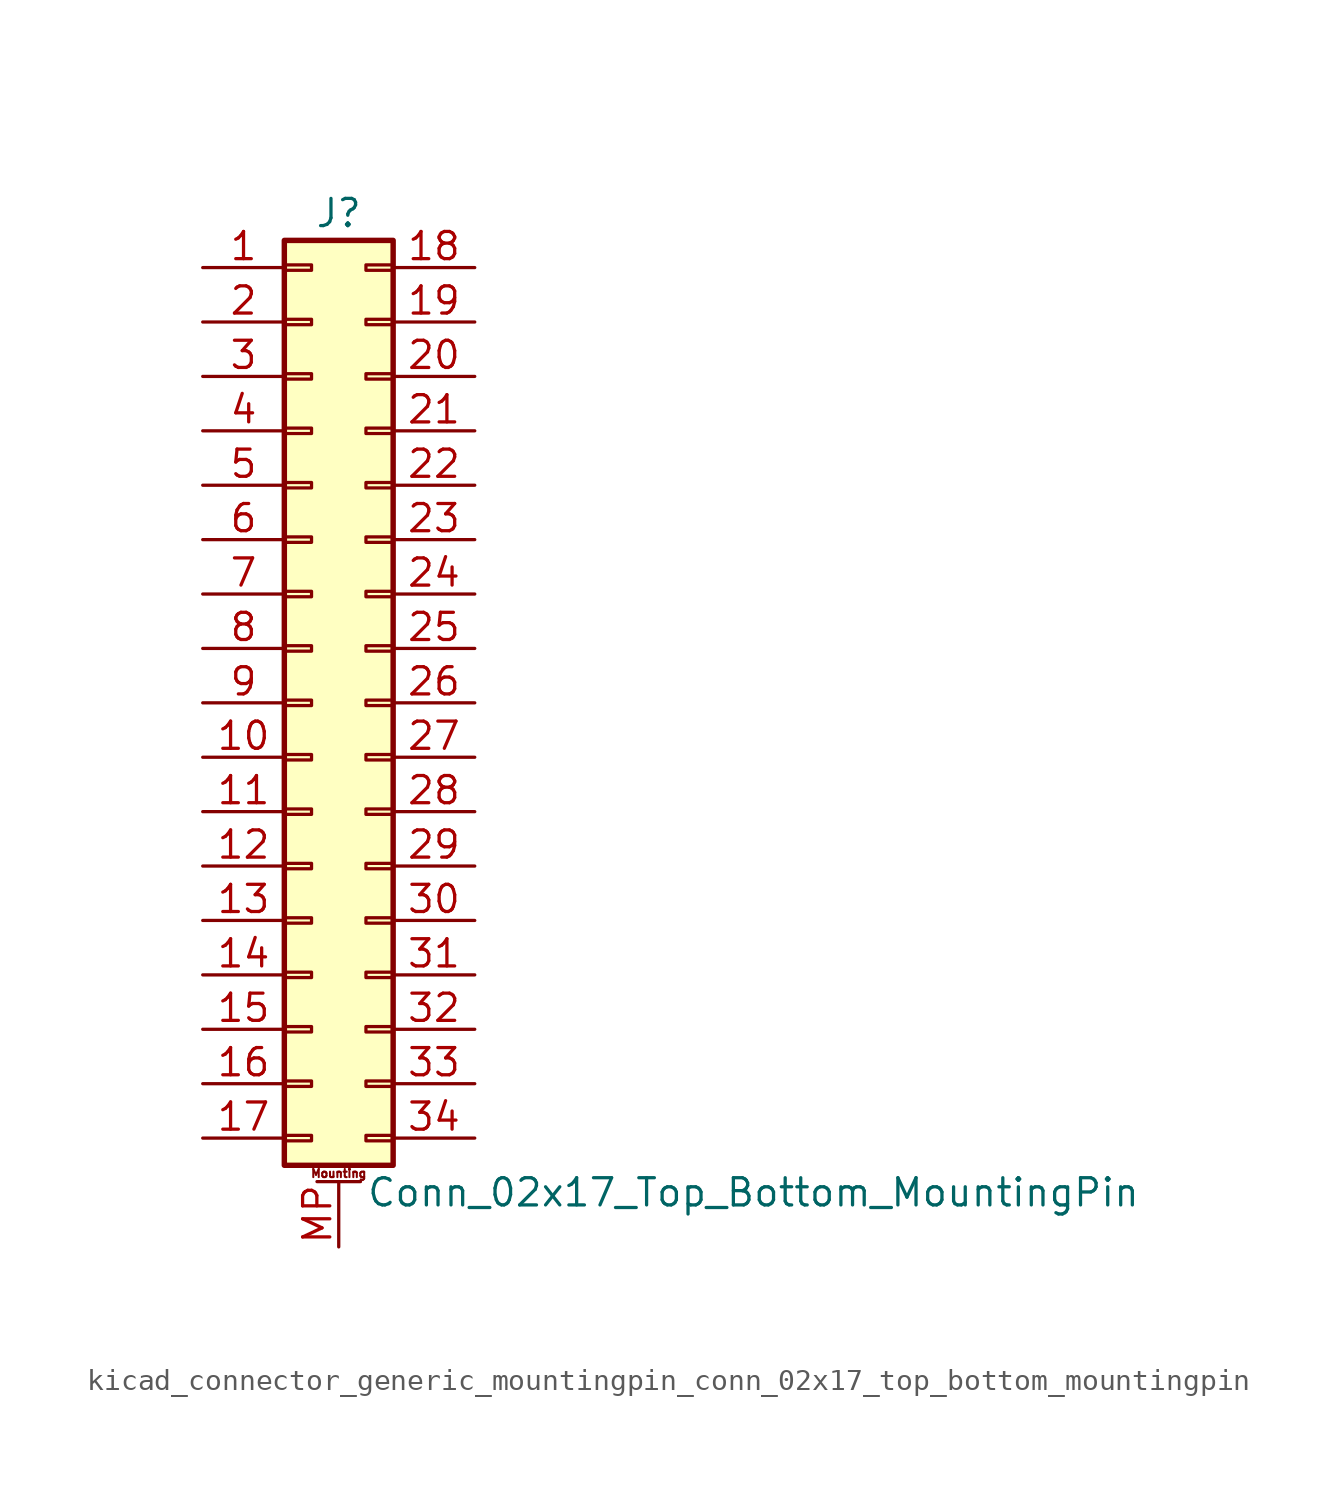
<source format=kicad_sym>
(kicad_symbol_lib
  (version 20220914)
  (generator kicad_symbol_editor)
  (symbol "kicad_connector_generic_mountingpin_conn_02x17_top_bottom_mountingpin"
    (pin_names
      (offset 1.016) hide)
    (property "Reference" "J"
      (at 1.27 22.86 0)
      (effects (font (size 1.27 1.27))))
    (property "Value" "Conn_02x17_Top_Bottom_MountingPin"
      (at 2.54 -22.86 0)
      (effects (font (size 1.27 1.27)) (justify left)))
    (symbol "kicad_connector_generic_mountingpin_conn_02x17_top_bottom_mountingpin_1_1"
      (rectangle (start -1.27 -20.193) (end 0 -20.447) (stroke (width 0.152) (type default)) (fill (type none)))
      (rectangle (start -1.27 -17.653) (end 0 -17.907) (stroke (width 0.152) (type default)) (fill (type none)))
      (rectangle (start -1.27 -15.113) (end 0 -15.367) (stroke (width 0.152) (type default)) (fill (type none)))
      (rectangle (start -1.27 -12.573) (end 0 -12.827) (stroke (width 0.152) (type default)) (fill (type none)))
      (rectangle (start -1.27 -10.033) (end 0 -10.287) (stroke (width 0.152) (type default)) (fill (type none)))
      (rectangle (start -1.27 -7.493) (end 0 -7.747) (stroke (width 0.152) (type default)) (fill (type none)))
      (rectangle (start -1.27 -4.953) (end 0 -5.207) (stroke (width 0.152) (type default)) (fill (type none)))
      (rectangle (start -1.27 -2.413) (end 0 -2.667) (stroke (width 0.152) (type default)) (fill (type none)))
      (rectangle (start -1.27 0.127) (end 0 -0.127) (stroke (width 0.152) (type default)) (fill (type none)))
      (rectangle (start -1.27 2.667) (end 0 2.413) (stroke (width 0.152) (type default)) (fill (type none)))
      (rectangle (start -1.27 5.207) (end 0 4.953) (stroke (width 0.152) (type default)) (fill (type none)))
      (rectangle (start -1.27 7.747) (end 0 7.493) (stroke (width 0.152) (type default)) (fill (type none)))
      (rectangle (start -1.27 10.287) (end 0 10.033) (stroke (width 0.152) (type default)) (fill (type none)))
      (rectangle (start -1.27 12.827) (end 0 12.573) (stroke (width 0.152) (type default)) (fill (type none)))
      (rectangle (start -1.27 15.367) (end 0 15.113) (stroke (width 0.152) (type default)) (fill (type none)))
      (rectangle (start -1.27 17.907) (end 0 17.653) (stroke (width 0.152) (type default)) (fill (type none)))
      (rectangle (start -1.27 20.447) (end 0 20.193) (stroke (width 0.152) (type default)) (fill (type none)))
      (rectangle (start -1.27 21.59) (end 3.81 -21.59) (stroke (width 0.254) (type default)) (fill (type background)))
      (polyline (pts (xy 0.254 -22.352) (xy 2.286 -22.352)) (stroke (width 0.152) (type default)) (fill (type none)))
      (rectangle (start 3.81 -20.193) (end 2.54 -20.447) (stroke (width 0.152) (type default)) (fill (type none)))
      (rectangle (start 3.81 -17.653) (end 2.54 -17.907) (stroke (width 0.152) (type default)) (fill (type none)))
      (rectangle (start 3.81 -15.113) (end 2.54 -15.367) (stroke (width 0.152) (type default)) (fill (type none)))
      (rectangle (start 3.81 -12.573) (end 2.54 -12.827) (stroke (width 0.152) (type default)) (fill (type none)))
      (rectangle (start 3.81 -10.033) (end 2.54 -10.287) (stroke (width 0.152) (type default)) (fill (type none)))
      (rectangle (start 3.81 -7.493) (end 2.54 -7.747) (stroke (width 0.152) (type default)) (fill (type none)))
      (rectangle (start 3.81 -4.953) (end 2.54 -5.207) (stroke (width 0.152) (type default)) (fill (type none)))
      (rectangle (start 3.81 -2.413) (end 2.54 -2.667) (stroke (width 0.152) (type default)) (fill (type none)))
      (rectangle (start 3.81 0.127) (end 2.54 -0.127) (stroke (width 0.152) (type default)) (fill (type none)))
      (rectangle (start 3.81 2.667) (end 2.54 2.413) (stroke (width 0.152) (type default)) (fill (type none)))
      (rectangle (start 3.81 5.207) (end 2.54 4.953) (stroke (width 0.152) (type default)) (fill (type none)))
      (rectangle (start 3.81 7.747) (end 2.54 7.493) (stroke (width 0.152) (type default)) (fill (type none)))
      (rectangle (start 3.81 10.287) (end 2.54 10.033) (stroke (width 0.152) (type default)) (fill (type none)))
      (rectangle (start 3.81 12.827) (end 2.54 12.573) (stroke (width 0.152) (type default)) (fill (type none)))
      (rectangle (start 3.81 15.367) (end 2.54 15.113) (stroke (width 0.152) (type default)) (fill (type none)))
      (rectangle (start 3.81 17.907) (end 2.54 17.653) (stroke (width 0.152) (type default)) (fill (type none)))
      (rectangle (start 3.81 20.447) (end 2.54 20.193) (stroke (width 0.152) (type default)) (fill (type none)))
      (text "Mounting" (at 1.27 -21.971 0) (effects (font (size 0.381 0.381))))
      (pin passive line (at -5.08 20.32 0) (length 3.81) (name "Pin_1" (effects (font (size 1.27 1.27)))) (number "1" (effects (font (size 1.27 1.27)))))
      (pin passive line (at -5.08 -2.54 0) (length 3.81) (name "Pin_10" (effects (font (size 1.27 1.27)))) (number "10" (effects (font (size 1.27 1.27)))))
      (pin passive line (at -5.08 -5.08 0) (length 3.81) (name "Pin_11" (effects (font (size 1.27 1.27)))) (number "11" (effects (font (size 1.27 1.27)))))
      (pin passive line (at -5.08 -7.62 0) (length 3.81) (name "Pin_12" (effects (font (size 1.27 1.27)))) (number "12" (effects (font (size 1.27 1.27)))))
      (pin passive line (at -5.08 -10.16 0) (length 3.81) (name "Pin_13" (effects (font (size 1.27 1.27)))) (number "13" (effects (font (size 1.27 1.27)))))
      (pin passive line (at -5.08 -12.7 0) (length 3.81) (name "Pin_14" (effects (font (size 1.27 1.27)))) (number "14" (effects (font (size 1.27 1.27)))))
      (pin passive line (at -5.08 -15.24 0) (length 3.81) (name "Pin_15" (effects (font (size 1.27 1.27)))) (number "15" (effects (font (size 1.27 1.27)))))
      (pin passive line (at -5.08 -17.78 0) (length 3.81) (name "Pin_16" (effects (font (size 1.27 1.27)))) (number "16" (effects (font (size 1.27 1.27)))))
      (pin passive line (at -5.08 -20.32 0) (length 3.81) (name "Pin_17" (effects (font (size 1.27 1.27)))) (number "17" (effects (font (size 1.27 1.27)))))
      (pin passive line (at 7.62 20.32 180) (length 3.81) (name "Pin_18" (effects (font (size 1.27 1.27)))) (number "18" (effects (font (size 1.27 1.27)))))
      (pin passive line (at 7.62 17.78 180) (length 3.81) (name "Pin_19" (effects (font (size 1.27 1.27)))) (number "19" (effects (font (size 1.27 1.27)))))
      (pin passive line (at -5.08 17.78 0) (length 3.81) (name "Pin_2" (effects (font (size 1.27 1.27)))) (number "2" (effects (font (size 1.27 1.27)))))
      (pin passive line (at 7.62 15.24 180) (length 3.81) (name "Pin_20" (effects (font (size 1.27 1.27)))) (number "20" (effects (font (size 1.27 1.27)))))
      (pin passive line (at 7.62 12.7 180) (length 3.81) (name "Pin_21" (effects (font (size 1.27 1.27)))) (number "21" (effects (font (size 1.27 1.27)))))
      (pin passive line (at 7.62 10.16 180) (length 3.81) (name "Pin_22" (effects (font (size 1.27 1.27)))) (number "22" (effects (font (size 1.27 1.27)))))
      (pin passive line (at 7.62 7.62 180) (length 3.81) (name "Pin_23" (effects (font (size 1.27 1.27)))) (number "23" (effects (font (size 1.27 1.27)))))
      (pin passive line (at 7.62 5.08 180) (length 3.81) (name "Pin_24" (effects (font (size 1.27 1.27)))) (number "24" (effects (font (size 1.27 1.27)))))
      (pin passive line (at 7.62 2.54 180) (length 3.81) (name "Pin_25" (effects (font (size 1.27 1.27)))) (number "25" (effects (font (size 1.27 1.27)))))
      (pin passive line (at 7.62 0 180) (length 3.81) (name "Pin_26" (effects (font (size 1.27 1.27)))) (number "26" (effects (font (size 1.27 1.27)))))
      (pin passive line (at 7.62 -2.54 180) (length 3.81) (name "Pin_27" (effects (font (size 1.27 1.27)))) (number "27" (effects (font (size 1.27 1.27)))))
      (pin passive line (at 7.62 -5.08 180) (length 3.81) (name "Pin_28" (effects (font (size 1.27 1.27)))) (number "28" (effects (font (size 1.27 1.27)))))
      (pin passive line (at 7.62 -7.62 180) (length 3.81) (name "Pin_29" (effects (font (size 1.27 1.27)))) (number "29" (effects (font (size 1.27 1.27)))))
      (pin passive line (at -5.08 15.24 0) (length 3.81) (name "Pin_3" (effects (font (size 1.27 1.27)))) (number "3" (effects (font (size 1.27 1.27)))))
      (pin passive line (at 7.62 -10.16 180) (length 3.81) (name "Pin_30" (effects (font (size 1.27 1.27)))) (number "30" (effects (font (size 1.27 1.27)))))
      (pin passive line (at 7.62 -12.7 180) (length 3.81) (name "Pin_31" (effects (font (size 1.27 1.27)))) (number "31" (effects (font (size 1.27 1.27)))))
      (pin passive line (at 7.62 -15.24 180) (length 3.81) (name "Pin_32" (effects (font (size 1.27 1.27)))) (number "32" (effects (font (size 1.27 1.27)))))
      (pin passive line (at 7.62 -17.78 180) (length 3.81) (name "Pin_33" (effects (font (size 1.27 1.27)))) (number "33" (effects (font (size 1.27 1.27)))))
      (pin passive line (at 7.62 -20.32 180) (length 3.81) (name "Pin_34" (effects (font (size 1.27 1.27)))) (number "34" (effects (font (size 1.27 1.27)))))
      (pin passive line (at -5.08 12.7 0) (length 3.81) (name "Pin_4" (effects (font (size 1.27 1.27)))) (number "4" (effects (font (size 1.27 1.27)))))
      (pin passive line (at -5.08 10.16 0) (length 3.81) (name "Pin_5" (effects (font (size 1.27 1.27)))) (number "5" (effects (font (size 1.27 1.27)))))
      (pin passive line (at -5.08 7.62 0) (length 3.81) (name "Pin_6" (effects (font (size 1.27 1.27)))) (number "6" (effects (font (size 1.27 1.27)))))
      (pin passive line (at -5.08 5.08 0) (length 3.81) (name "Pin_7" (effects (font (size 1.27 1.27)))) (number "7" (effects (font (size 1.27 1.27)))))
      (pin passive line (at -5.08 2.54 0) (length 3.81) (name "Pin_8" (effects (font (size 1.27 1.27)))) (number "8" (effects (font (size 1.27 1.27)))))
      (pin passive line (at -5.08 0 0) (length 3.81) (name "Pin_9" (effects (font (size 1.27 1.27)))) (number "9" (effects (font (size 1.27 1.27)))))
      (pin passive line (at 1.27 -25.4 90) (length 3.048) (name "MountPin" (effects (font (size 1.27 1.27)))) (number "MP" (effects (font (size 1.27 1.27))))))))
</source>
